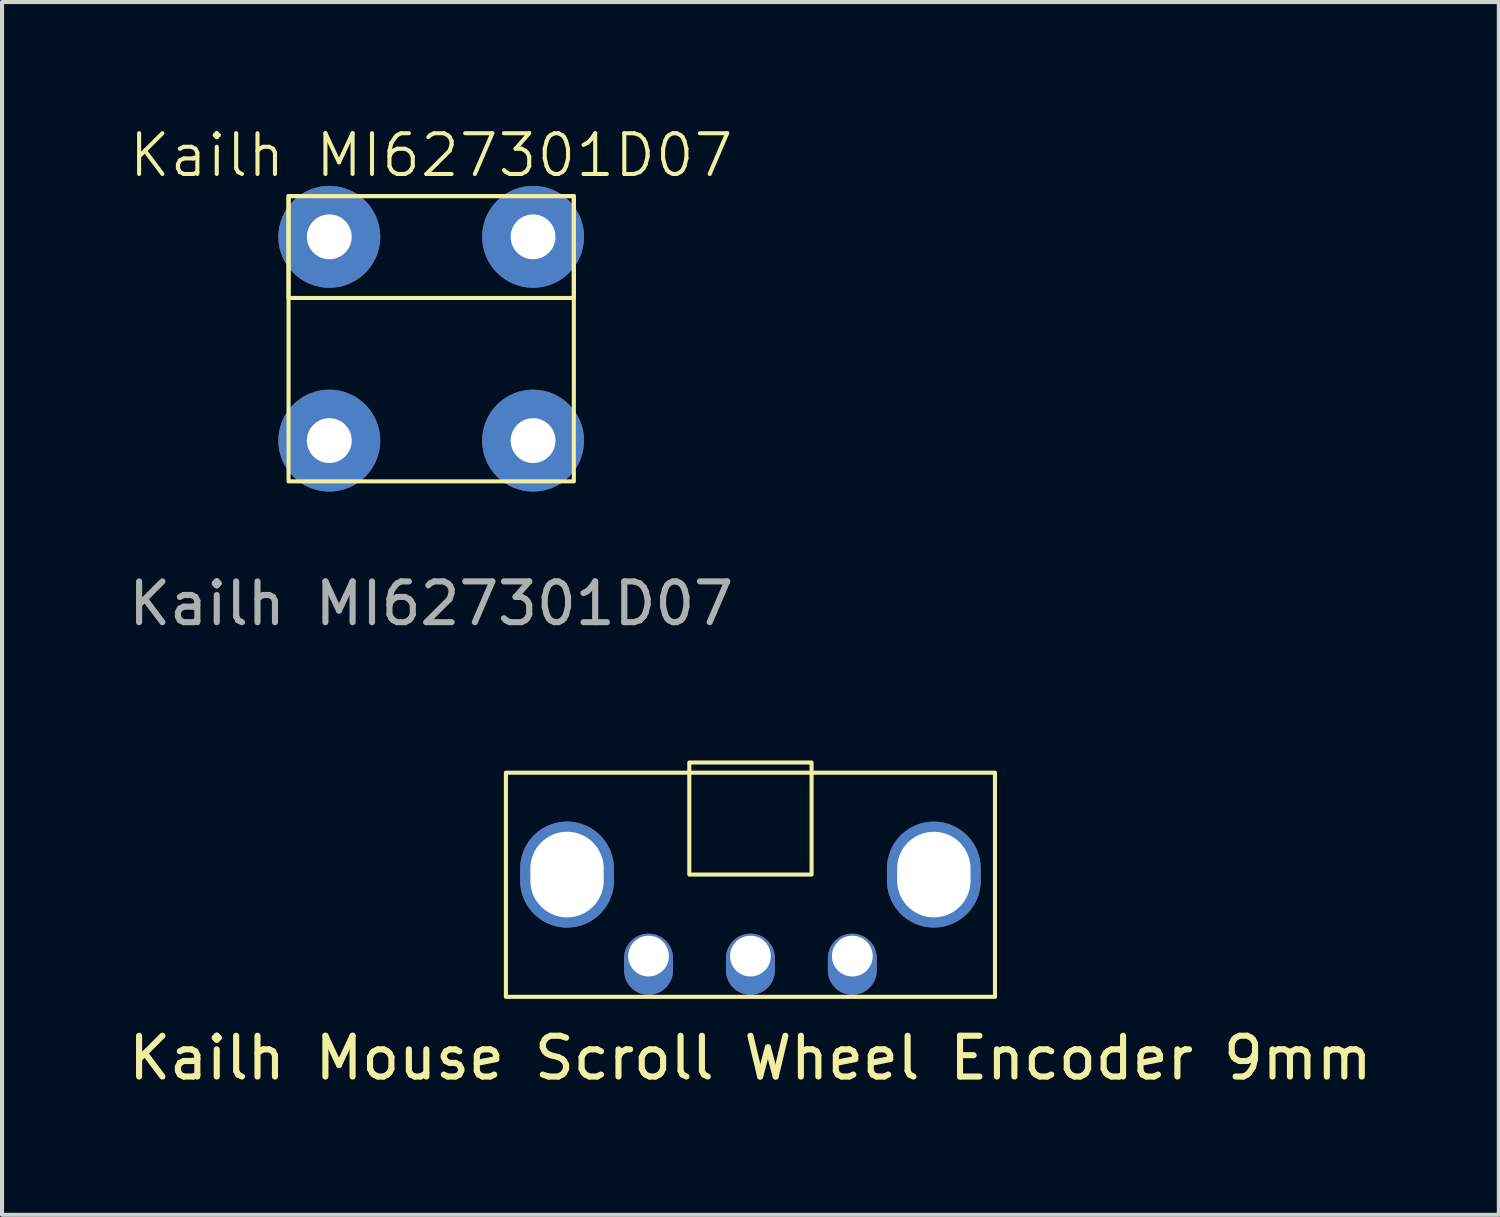
<source format=kicad_pcb>
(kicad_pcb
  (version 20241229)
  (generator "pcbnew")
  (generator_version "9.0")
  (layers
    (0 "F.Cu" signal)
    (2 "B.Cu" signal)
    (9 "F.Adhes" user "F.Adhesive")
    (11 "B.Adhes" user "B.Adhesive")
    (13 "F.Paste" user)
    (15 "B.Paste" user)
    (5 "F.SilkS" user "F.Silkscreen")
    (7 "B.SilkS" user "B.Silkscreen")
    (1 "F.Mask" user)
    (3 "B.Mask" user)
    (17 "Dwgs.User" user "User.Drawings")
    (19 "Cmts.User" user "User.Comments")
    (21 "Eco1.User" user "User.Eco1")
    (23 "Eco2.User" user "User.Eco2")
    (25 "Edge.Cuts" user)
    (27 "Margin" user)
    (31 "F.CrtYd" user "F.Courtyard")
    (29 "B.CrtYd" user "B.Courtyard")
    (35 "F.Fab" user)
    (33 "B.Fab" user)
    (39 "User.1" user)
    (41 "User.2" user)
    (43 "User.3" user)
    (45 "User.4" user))
  (footprint "Kailh MI627301D07"
    (layer "F.Cu")
    (at 7.53 5.261)
    (property "Reference" "Kailh MI627301D07" (at 0 -4.5 0) (unlocked yes) (layer "F.SilkS") (effects (font (size 1 1) (thickness 0.1))))
    (fp_rect (start -3.5 -3.5) (end 3.5 -1) (stroke (width 0.1) (type default)) (fill no) (layer "F.SilkS"))
    (fp_rect (start -3.5 -3.5) (end 3.5 3.5) (stroke (width 0.1) (type default)) (fill no) (layer "F.SilkS"))
    (fp_rect (start -3.1 -3.1) (end 3.1 3.1) (stroke (width 0.1) (type solid)) (fill no) (layer "Margin"))
    (fp_text user "${REFERENCE}" (at 0 6.5 0) (unlocked yes) (layer "F.Fab") (effects (font (size 1 1) (thickness 0.15))))
    (pad "1" thru_hole circle (at -2.5 -2.5) (size 2.5 2.5) (drill 1.1) (layers "*.Cu" "*.Mask"))
    (pad "1" thru_hole circle (at 2.5 -2.5) (size 2.5 2.5) (drill 1.1) (layers "*.Cu" "*.Mask"))
    (pad "2" thru_hole circle (at -2.5 2.5) (size 2.5 2.5) (drill 1.1) (layers "*.Cu" "*.Mask"))
    (pad "2" thru_hole circle (at 2.5 2.5) (size 2.5 2.5) (drill 1.1) (layers "*.Cu" "*.Mask")))
  (footprint "Kailh Mouse Scroll Wheel Encoder 9mm"
    (layer "F.Cu")
    (at 15.363 20.409)
    (property "Reference" "Kailh Mouse Scroll Wheel Encoder 9mm" (at 0 2.5 0) (layer "F.SilkS") (effects (font (size 1 1) (thickness 0.15))))
    (attr through_hole)
    (fp_rect (start -6 -4.5) (end 6 1) (stroke (width 0.1) (type default)) (fill no) (layer "F.SilkS"))
    (fp_rect (start -1.5 -4.75) (end 1.5 -2) (stroke (width 0.1) (type solid)) (fill no) (layer "F.SilkS"))
    (fp_rect (start -5.8 0.7) (end 5.8 -4.4) (stroke (width 0.1) (type solid)) (fill no) (layer "Margin"))
    (pad "A" thru_hole oval (at -2.5 0) (size 1.2 1.5) (drill 1 (offset 0 0.2)) (layers "*.Cu" "*.Mask"))
    (pad "B" thru_hole oval (at 0 0) (size 1.2 1.5) (drill 1 (offset 0 0.2)) (layers "*.Cu" "*.Mask"))
    (pad "C" thru_hole oval (at 2.5 0) (size 1.2 1.5) (drill 1 (offset 0 0.2)) (layers "*.Cu" "*.Mask"))
    (pad "GND" thru_hole oval (at -4.5 -2 180) (size 2.3 2.6) (drill oval 1.8 2.1) (layers "*.Cu" "*.Mask"))
    (pad "GND" thru_hole oval (at 4.5 -2) (size 2.3 2.6) (drill oval 1.8 2.1) (layers "*.Cu" "*.Mask")))
  (gr_rect
    (start -3 -3)
    (end 33.726 26.757)
    (stroke (width 0.1) (type default))
    (fill no)
    (layer "Edge.Cuts")))
</source>
